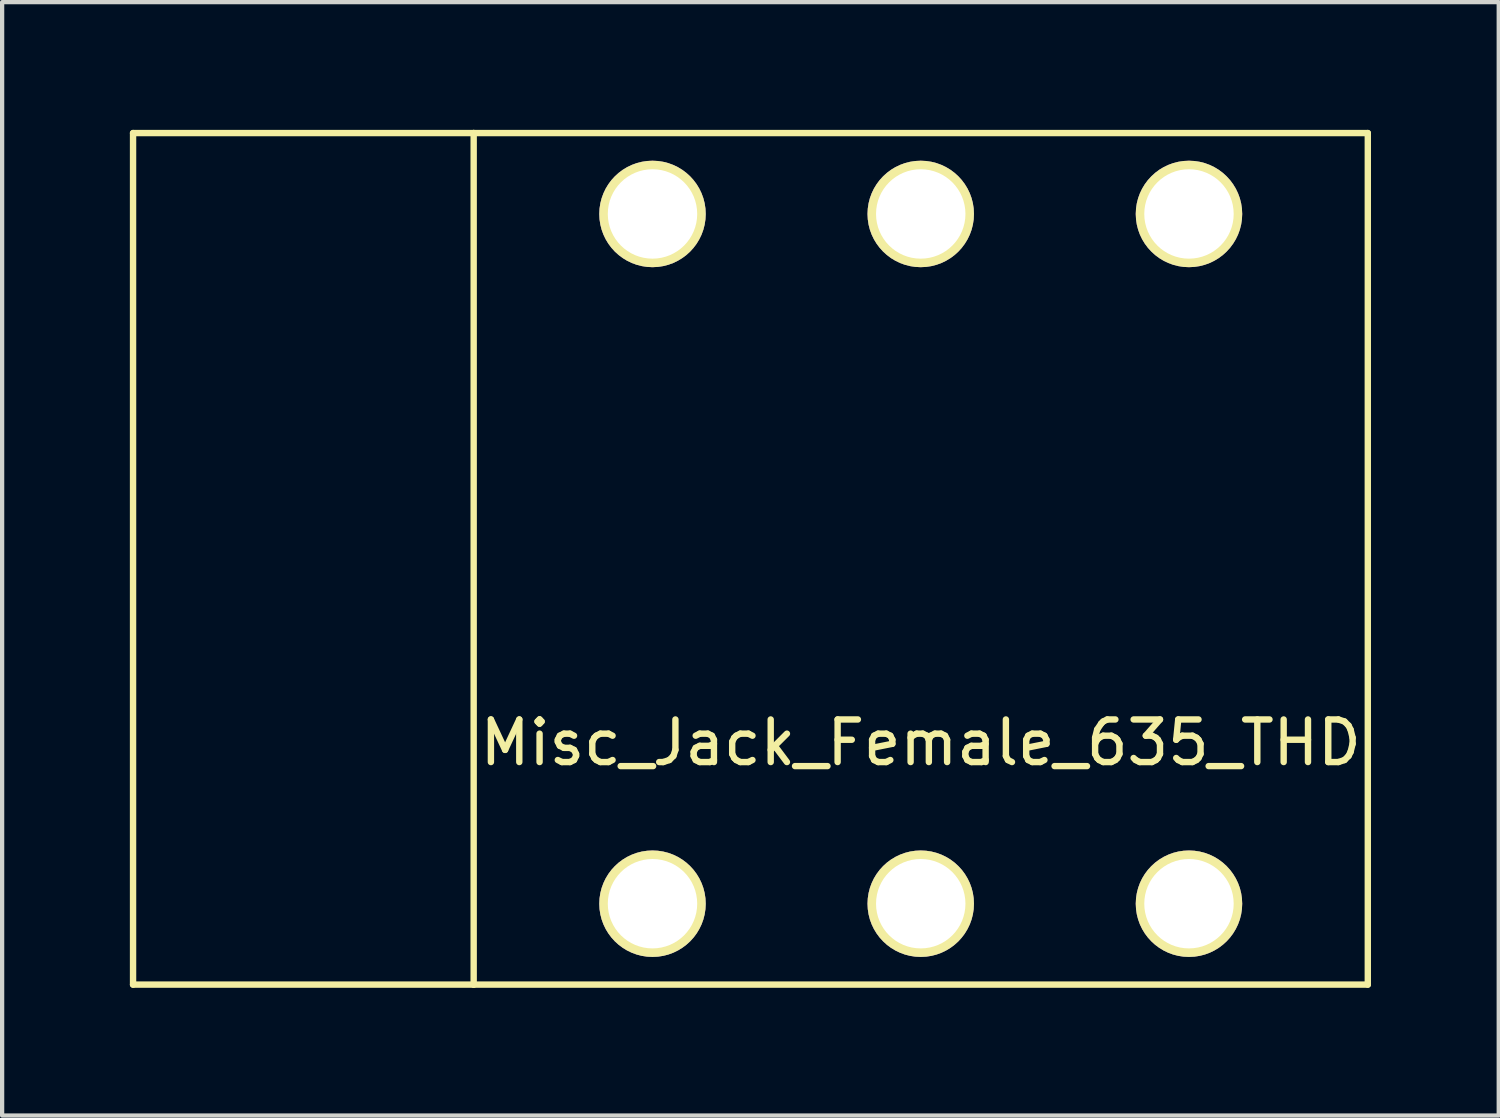
<source format=kicad_pcb>
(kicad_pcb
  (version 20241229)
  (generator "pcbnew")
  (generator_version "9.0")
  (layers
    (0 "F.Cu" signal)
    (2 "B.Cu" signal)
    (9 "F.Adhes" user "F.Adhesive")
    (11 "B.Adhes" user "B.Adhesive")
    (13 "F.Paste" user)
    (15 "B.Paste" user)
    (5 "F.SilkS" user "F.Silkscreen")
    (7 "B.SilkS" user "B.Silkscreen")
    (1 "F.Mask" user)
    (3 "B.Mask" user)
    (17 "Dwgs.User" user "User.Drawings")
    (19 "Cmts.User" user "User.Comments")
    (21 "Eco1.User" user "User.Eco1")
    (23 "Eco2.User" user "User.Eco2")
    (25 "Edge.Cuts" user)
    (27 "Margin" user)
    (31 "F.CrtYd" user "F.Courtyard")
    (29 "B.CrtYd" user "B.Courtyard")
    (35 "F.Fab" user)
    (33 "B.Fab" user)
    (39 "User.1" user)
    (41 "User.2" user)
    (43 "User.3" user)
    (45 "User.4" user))
  (footprint "Misc_Jack_Female_635_THD"
    (layer "F.Cu")
    (at 18.575 10.075)
    (property "Reference" "Misc_Jack_Female_635_THD" (at 0 4.318 0) (layer "F.SilkS") (effects (font (size 1 1) (thickness 0.15))))
    (attr through_hole)
    (fp_line (start -18.5 -10) (end -10.5 -10) (stroke (width 0.15) (type solid)) (layer "F.SilkS"))
    (fp_line (start -18.5 10) (end -18.5 -10) (stroke (width 0.15) (type solid)) (layer "F.SilkS"))
    (fp_line (start -10.5 -10) (end -10.5 10) (stroke (width 0.15) (type solid)) (layer "F.SilkS"))
    (fp_line (start -10.5 10) (end -18.5 10) (stroke (width 0.15) (type solid)) (layer "F.SilkS"))
    (fp_line (start -10.5 10) (end 10.5 10) (stroke (width 0.15) (type solid)) (layer "F.SilkS"))
    (fp_line (start 10.5 -10) (end -10.5 -10) (stroke (width 0.15) (type solid)) (layer "F.SilkS"))
    (fp_line (start 10.5 10) (end 10.5 -10) (stroke (width 0.15) (type solid)) (layer "F.SilkS"))
    (pad "1" thru_hole circle (at -6.3 -8.1) (size 2.5 2.5) (drill 2.1) (layers "*.Cu" "*.Mask" "F.SilkS"))
    (pad "2" thru_hole circle (at 0 -8.1) (size 2.5 2.5) (drill 2.1) (layers "*.Cu" "*.Mask" "F.SilkS"))
    (pad "3" thru_hole circle (at 6.3 -8.1) (size 2.5 2.5) (drill 2.1) (layers "*.Cu" "*.Mask" "F.SilkS"))
    (pad "4" thru_hole circle (at -6.3 8.1) (size 2.5 2.5) (drill 2.1) (layers "*.Cu" "*.Mask" "F.SilkS"))
    (pad "5" thru_hole circle (at 0 8.1) (size 2.5 2.5) (drill 2.1) (layers "*.Cu" "*.Mask" "F.SilkS"))
    (pad "6" thru_hole circle (at 6.3 8.1) (size 2.5 2.5) (drill 2.1) (layers "*.Cu" "*.Mask" "F.SilkS")))
  (gr_rect
    (start -3 -3)
    (end 32.15 23.15)
    (stroke (width 0.1) (type default))
    (fill no)
    (layer "Edge.Cuts")))
</source>
